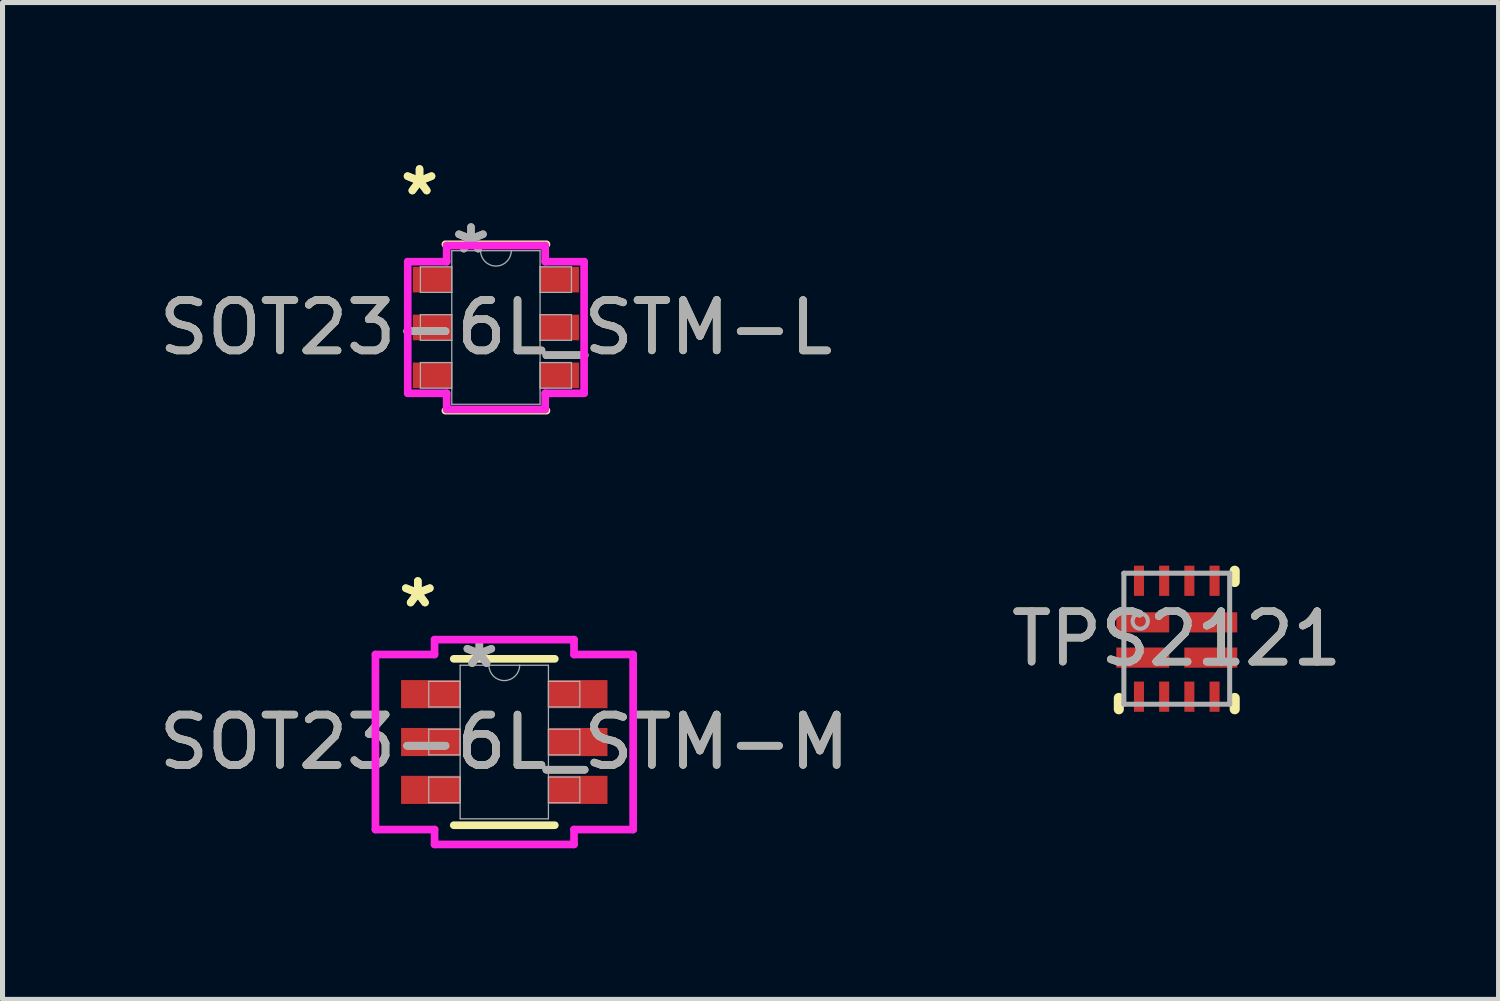
<source format=kicad_pcb>
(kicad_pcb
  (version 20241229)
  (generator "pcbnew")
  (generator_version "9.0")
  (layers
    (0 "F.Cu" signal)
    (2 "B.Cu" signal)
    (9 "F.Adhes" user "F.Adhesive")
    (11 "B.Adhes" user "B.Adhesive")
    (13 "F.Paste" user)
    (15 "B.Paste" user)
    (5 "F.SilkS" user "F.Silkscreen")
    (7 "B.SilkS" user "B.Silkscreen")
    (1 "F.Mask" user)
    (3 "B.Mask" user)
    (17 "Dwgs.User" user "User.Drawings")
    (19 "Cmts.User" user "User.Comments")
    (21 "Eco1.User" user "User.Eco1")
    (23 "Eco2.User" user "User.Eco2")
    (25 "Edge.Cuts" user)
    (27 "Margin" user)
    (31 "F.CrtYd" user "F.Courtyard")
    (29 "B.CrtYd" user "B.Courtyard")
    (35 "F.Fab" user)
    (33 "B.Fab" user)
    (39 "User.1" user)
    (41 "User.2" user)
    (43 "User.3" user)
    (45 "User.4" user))
  (footprint "SOT23-6L_STM-M"
    (layer "F.Cu")
    (at 6.958 11.676)
    (property "Reference" "SOT23-6L_STM-M" (at 0 0 0) (unlocked yes) (layer "F.SilkS") (effects (font (size 1 1) (thickness 0.15))))
    (attr smd)
    (fp_line (start -1.003 1.651) (end 1.003 1.651) (stroke (width 0.152) (type solid)) (layer "F.SilkS"))
    (fp_line (start 1.003 -1.651) (end -1.003 -1.651) (stroke (width 0.152) (type solid)) (layer "F.SilkS"))
    (fp_line (start -2.557 -1.737) (end -1.384 -1.737) (stroke (width 0.152) (type solid)) (layer "F.CrtYd"))
    (fp_line (start -2.557 1.737) (end -2.557 -1.737) (stroke (width 0.152) (type solid)) (layer "F.CrtYd"))
    (fp_line (start -2.557 1.737) (end -1.384 1.737) (stroke (width 0.152) (type solid)) (layer "F.CrtYd"))
    (fp_line (start -1.384 -2.032) (end 1.384 -2.032) (stroke (width 0.152) (type solid)) (layer "F.CrtYd"))
    (fp_line (start -1.384 -1.737) (end -1.384 -2.032) (stroke (width 0.152) (type solid)) (layer "F.CrtYd"))
    (fp_line (start -1.384 2.032) (end -1.384 1.737) (stroke (width 0.152) (type solid)) (layer "F.CrtYd"))
    (fp_line (start 1.384 -2.032) (end 1.384 -1.737) (stroke (width 0.152) (type solid)) (layer "F.CrtYd"))
    (fp_line (start 1.384 1.737) (end 1.384 2.032) (stroke (width 0.152) (type solid)) (layer "F.CrtYd"))
    (fp_line (start 1.384 2.032) (end -1.384 2.032) (stroke (width 0.152) (type solid)) (layer "F.CrtYd"))
    (fp_line (start 2.557 -1.737) (end 1.384 -1.737) (stroke (width 0.152) (type solid)) (layer "F.CrtYd"))
    (fp_line (start 2.557 -1.737) (end 2.557 1.737) (stroke (width 0.152) (type solid)) (layer "F.CrtYd"))
    (fp_line (start 2.557 1.737) (end 1.384 1.737) (stroke (width 0.152) (type solid)) (layer "F.CrtYd"))
    (fp_line (start -1.499 -1.204) (end -1.499 -0.696) (stroke (width 0.025) (type solid)) (layer "F.Fab"))
    (fp_line (start -1.499 -0.696) (end -0.876 -0.696) (stroke (width 0.025) (type solid)) (layer "F.Fab"))
    (fp_line (start -1.499 -0.254) (end -1.499 0.254) (stroke (width 0.025) (type solid)) (layer "F.Fab"))
    (fp_line (start -1.499 0.254) (end -0.876 0.254) (stroke (width 0.025) (type solid)) (layer "F.Fab"))
    (fp_line (start -1.499 0.696) (end -1.499 1.204) (stroke (width 0.025) (type solid)) (layer "F.Fab"))
    (fp_line (start -1.499 1.204) (end -0.876 1.204) (stroke (width 0.025) (type solid)) (layer "F.Fab"))
    (fp_line (start -0.876 -1.524) (end -0.876 1.524) (stroke (width 0.025) (type solid)) (layer "F.Fab"))
    (fp_line (start -0.876 -1.204) (end -1.499 -1.204) (stroke (width 0.025) (type solid)) (layer "F.Fab"))
    (fp_line (start -0.876 -0.696) (end -0.876 -1.204) (stroke (width 0.025) (type solid)) (layer "F.Fab"))
    (fp_line (start -0.876 -0.254) (end -1.499 -0.254) (stroke (width 0.025) (type solid)) (layer "F.Fab"))
    (fp_line (start -0.876 0.254) (end -0.876 -0.254) (stroke (width 0.025) (type solid)) (layer "F.Fab"))
    (fp_line (start -0.876 0.696) (end -1.499 0.696) (stroke (width 0.025) (type solid)) (layer "F.Fab"))
    (fp_line (start -0.876 1.204) (end -0.876 0.696) (stroke (width 0.025) (type solid)) (layer "F.Fab"))
    (fp_line (start -0.876 1.524) (end 0.876 1.524) (stroke (width 0.025) (type solid)) (layer "F.Fab"))
    (fp_line (start 0.876 -1.524) (end -0.876 -1.524) (stroke (width 0.025) (type solid)) (layer "F.Fab"))
    (fp_line (start 0.876 -1.204) (end 0.876 -0.696) (stroke (width 0.025) (type solid)) (layer "F.Fab"))
    (fp_line (start 0.876 -0.696) (end 1.499 -0.696) (stroke (width 0.025) (type solid)) (layer "F.Fab"))
    (fp_line (start 0.876 -0.254) (end 0.876 0.254) (stroke (width 0.025) (type solid)) (layer "F.Fab"))
    (fp_line (start 0.876 0.254) (end 1.499 0.254) (stroke (width 0.025) (type solid)) (layer "F.Fab"))
    (fp_line (start 0.876 0.696) (end 0.876 1.204) (stroke (width 0.025) (type solid)) (layer "F.Fab"))
    (fp_line (start 0.876 1.204) (end 1.499 1.204) (stroke (width 0.025) (type solid)) (layer "F.Fab"))
    (fp_line (start 0.876 1.524) (end 0.876 -1.524) (stroke (width 0.025) (type solid)) (layer "F.Fab"))
    (fp_line (start 1.499 -1.204) (end 0.876 -1.204) (stroke (width 0.025) (type solid)) (layer "F.Fab"))
    (fp_line (start 1.499 -0.696) (end 1.499 -1.204) (stroke (width 0.025) (type solid)) (layer "F.Fab"))
    (fp_line (start 1.499 -0.254) (end 0.876 -0.254) (stroke (width 0.025) (type solid)) (layer "F.Fab"))
    (fp_line (start 1.499 0.254) (end 1.499 -0.254) (stroke (width 0.025) (type solid)) (layer "F.Fab"))
    (fp_line (start 1.499 0.696) (end 0.876 0.696) (stroke (width 0.025) (type solid)) (layer "F.Fab"))
    (fp_line (start 1.499 1.204) (end 1.499 0.696) (stroke (width 0.025) (type solid)) (layer "F.Fab"))
    (fp_arc (start 0.3048 -1.524) (mid 0 -1.2192) (end -0.3048 -1.524) (stroke (width 0.0254) (type solid)) (layer "F.Fab"))
    (fp_text user "*" (at -1.716 -2.651 0) (layer "F.SilkS") (effects (font (size 1 1) (thickness 0.15))))
    (fp_text user "*" (at -1.716 -2.651 0) (unlocked yes) (layer "F.SilkS") (effects (font (size 1 1) (thickness 0.15))))
    (fp_text user "${REFERENCE}" (at 0 0 0) (unlocked yes) (layer "F.Fab") (effects (font (size 1 1) (thickness 0.15))))
    (fp_text user "*" (at -0.495 -1.448 0) (unlocked yes) (layer "F.Fab") (effects (font (size 1 1) (thickness 0.15))))
    (fp_text user "*" (at -0.495 -1.448 0) (layer "F.Fab") (effects (font (size 1 1) (thickness 0.15))))
    (pad "1" smd rect (at -1.462 -0.95) (size 1.172 0.558) (layers "F.Cu" "F.Mask" "F.Paste"))
    (pad "2" smd rect (at -1.462 0) (size 1.172 0.558) (layers "F.Cu" "F.Mask" "F.Paste"))
    (pad "3" smd rect (at -1.462 0.95) (size 1.172 0.558) (layers "F.Cu" "F.Mask" "F.Paste"))
    (pad "4" smd rect (at 1.462 0.95) (size 1.172 0.558) (layers "F.Cu" "F.Mask" "F.Paste"))
    (pad "5" smd rect (at 1.462 0) (size 1.172 0.558) (layers "F.Cu" "F.Mask" "F.Paste"))
    (pad "6" smd rect (at 1.462 -0.95) (size 1.172 0.558) (layers "F.Cu" "F.Mask" "F.Paste")))
  (footprint "TPS2121"
    (layer "F.Cu")
    (at 20.304 9.626)
    (property "Reference" "TPS2121" (at 0 0 0) (unlocked yes) (layer "F.SilkS") (effects (font (size 1 1) (thickness 0.15))))
    (attr smd)
    (fp_line (start -1.15 1.4) (end -1.15 1.175) (stroke (width 0.2) (type solid)) (layer "F.SilkS"))
    (fp_line (start 1.15 -1.125) (end 1.15 -1.35) (stroke (width 0.2) (type solid)) (layer "F.SilkS"))
    (fp_line (start 1.15 1.4) (end 1.15 1.175) (stroke (width 0.2) (type solid)) (layer "F.SilkS"))
    (fp_line (start -1.05 -1.3) (end 1.05 -1.3) (stroke (width 0.1) (type solid)) (layer "F.Fab"))
    (fp_line (start -1.05 1.3) (end -1.05 -1.3) (stroke (width 0.1) (type solid)) (layer "F.Fab"))
    (fp_line (start -1.05 1.3) (end 1.05 1.3) (stroke (width 0.1) (type solid)) (layer "F.Fab"))
    (fp_line (start 1.05 1.3) (end 1.05 -1.3) (stroke (width 0.1) (type solid)) (layer "F.Fab"))
    (fp_circle (center -0.725 -0.35) (end -0.573 -0.35) (stroke (width 0.08) (type solid)) (fill no) (layer "F.Fab"))
    (fp_text user "${REFERENCE}" (at 0 0 0) (unlocked yes) (layer "F.Fab") (effects (font (size 1 1) (thickness 0.15))))
    (pad "1" smd rect (at -0.675 -0.325) (size 1.05 0.4) (layers "F.Cu" "F.Mask" "F.Paste"))
    (pad "2" smd rect (at -0.675 0.375) (size 1.05 0.4) (layers "F.Cu" "F.Mask" "F.Paste"))
    (pad "3" smd rect (at -0.75 1.15 90) (size 0.6 0.2) (layers "F.Cu" "F.Mask" "F.Paste"))
    (pad "4" smd rect (at -0.25 1.15 90) (size 0.6 0.2) (layers "F.Cu" "F.Mask" "F.Paste"))
    (pad "5" smd rect (at 0.25 1.15 90) (size 0.6 0.2) (layers "F.Cu" "F.Mask" "F.Paste"))
    (pad "6" smd rect (at 0.75 1.15 90) (size 0.6 0.2) (layers "F.Cu" "F.Mask" "F.Paste"))
    (pad "7" smd rect (at 0.675 0.375) (size 1.05 0.4) (layers "F.Cu" "F.Mask" "F.Paste"))
    (pad "8" smd rect (at 0.675 -0.325) (size 1.05 0.4) (layers "F.Cu" "F.Mask" "F.Paste"))
    (pad "9" smd rect (at 0.75 -1.15 90) (size 0.6 0.2) (layers "F.Cu" "F.Mask" "F.Paste"))
    (pad "10" smd rect (at 0.25 -1.15 90) (size 0.6 0.2) (layers "F.Cu" "F.Mask" "F.Paste"))
    (pad "11" smd rect (at -0.25 -1.15 90) (size 0.6 0.2) (layers "F.Cu" "F.Mask" "F.Paste"))
    (pad "12" smd rect (at -0.75 -1.15 90) (size 0.6 0.2) (layers "F.Cu" "F.Mask" "F.Paste")))
  (footprint "SOT23-6L_STM-L"
    (layer "F.Cu")
    (at 6.792 3.449)
    (property "Reference" "SOT23-6L_STM-L" (at 0 0 0) (unlocked yes) (layer "F.SilkS") (effects (font (size 1 1) (thickness 0.15))))
    (attr smd)
    (fp_line (start -1.003 1.651) (end 1.003 1.651) (stroke (width 0.152) (type solid)) (layer "F.SilkS"))
    (fp_line (start 1.003 -1.651) (end -1.003 -1.651) (stroke (width 0.152) (type solid)) (layer "F.SilkS"))
    (fp_line (start -1.75 -1.306) (end -0.978 -1.306) (stroke (width 0.152) (type solid)) (layer "F.CrtYd"))
    (fp_line (start -1.75 1.306) (end -1.75 -1.306) (stroke (width 0.152) (type solid)) (layer "F.CrtYd"))
    (fp_line (start -1.75 1.306) (end -0.978 1.306) (stroke (width 0.152) (type solid)) (layer "F.CrtYd"))
    (fp_line (start -0.978 -1.626) (end 0.978 -1.626) (stroke (width 0.152) (type solid)) (layer "F.CrtYd"))
    (fp_line (start -0.978 -1.306) (end -0.978 -1.626) (stroke (width 0.152) (type solid)) (layer "F.CrtYd"))
    (fp_line (start -0.978 1.626) (end -0.978 1.306) (stroke (width 0.152) (type solid)) (layer "F.CrtYd"))
    (fp_line (start 0.978 -1.626) (end 0.978 -1.306) (stroke (width 0.152) (type solid)) (layer "F.CrtYd"))
    (fp_line (start 0.978 1.306) (end 0.978 1.626) (stroke (width 0.152) (type solid)) (layer "F.CrtYd"))
    (fp_line (start 0.978 1.626) (end -0.978 1.626) (stroke (width 0.152) (type solid)) (layer "F.CrtYd"))
    (fp_line (start 1.75 -1.306) (end 0.978 -1.306) (stroke (width 0.152) (type solid)) (layer "F.CrtYd"))
    (fp_line (start 1.75 -1.306) (end 1.75 1.306) (stroke (width 0.152) (type solid)) (layer "F.CrtYd"))
    (fp_line (start 1.75 1.306) (end 0.978 1.306) (stroke (width 0.152) (type solid)) (layer "F.CrtYd"))
    (fp_line (start -1.499 -1.204) (end -1.499 -0.696) (stroke (width 0.025) (type solid)) (layer "F.Fab"))
    (fp_line (start -1.499 -0.696) (end -0.876 -0.696) (stroke (width 0.025) (type solid)) (layer "F.Fab"))
    (fp_line (start -1.499 -0.254) (end -1.499 0.254) (stroke (width 0.025) (type solid)) (layer "F.Fab"))
    (fp_line (start -1.499 0.254) (end -0.876 0.254) (stroke (width 0.025) (type solid)) (layer "F.Fab"))
    (fp_line (start -1.499 0.696) (end -1.499 1.204) (stroke (width 0.025) (type solid)) (layer "F.Fab"))
    (fp_line (start -1.499 1.204) (end -0.876 1.204) (stroke (width 0.025) (type solid)) (layer "F.Fab"))
    (fp_line (start -0.876 -1.524) (end -0.876 1.524) (stroke (width 0.025) (type solid)) (layer "F.Fab"))
    (fp_line (start -0.876 -1.204) (end -1.499 -1.204) (stroke (width 0.025) (type solid)) (layer "F.Fab"))
    (fp_line (start -0.876 -0.696) (end -0.876 -1.204) (stroke (width 0.025) (type solid)) (layer "F.Fab"))
    (fp_line (start -0.876 -0.254) (end -1.499 -0.254) (stroke (width 0.025) (type solid)) (layer "F.Fab"))
    (fp_line (start -0.876 0.254) (end -0.876 -0.254) (stroke (width 0.025) (type solid)) (layer "F.Fab"))
    (fp_line (start -0.876 0.696) (end -1.499 0.696) (stroke (width 0.025) (type solid)) (layer "F.Fab"))
    (fp_line (start -0.876 1.204) (end -0.876 0.696) (stroke (width 0.025) (type solid)) (layer "F.Fab"))
    (fp_line (start -0.876 1.524) (end 0.876 1.524) (stroke (width 0.025) (type solid)) (layer "F.Fab"))
    (fp_line (start 0.876 -1.524) (end -0.876 -1.524) (stroke (width 0.025) (type solid)) (layer "F.Fab"))
    (fp_line (start 0.876 -1.204) (end 0.876 -0.696) (stroke (width 0.025) (type solid)) (layer "F.Fab"))
    (fp_line (start 0.876 -0.696) (end 1.499 -0.696) (stroke (width 0.025) (type solid)) (layer "F.Fab"))
    (fp_line (start 0.876 -0.254) (end 0.876 0.254) (stroke (width 0.025) (type solid)) (layer "F.Fab"))
    (fp_line (start 0.876 0.254) (end 1.499 0.254) (stroke (width 0.025) (type solid)) (layer "F.Fab"))
    (fp_line (start 0.876 0.696) (end 0.876 1.204) (stroke (width 0.025) (type solid)) (layer "F.Fab"))
    (fp_line (start 0.876 1.204) (end 1.499 1.204) (stroke (width 0.025) (type solid)) (layer "F.Fab"))
    (fp_line (start 0.876 1.524) (end 0.876 -1.524) (stroke (width 0.025) (type solid)) (layer "F.Fab"))
    (fp_line (start 1.499 -1.204) (end 0.876 -1.204) (stroke (width 0.025) (type solid)) (layer "F.Fab"))
    (fp_line (start 1.499 -0.696) (end 1.499 -1.204) (stroke (width 0.025) (type solid)) (layer "F.Fab"))
    (fp_line (start 1.499 -0.254) (end 0.876 -0.254) (stroke (width 0.025) (type solid)) (layer "F.Fab"))
    (fp_line (start 1.499 0.254) (end 1.499 -0.254) (stroke (width 0.025) (type solid)) (layer "F.Fab"))
    (fp_line (start 1.499 0.696) (end 0.876 0.696) (stroke (width 0.025) (type solid)) (layer "F.Fab"))
    (fp_line (start 1.499 1.204) (end 1.499 0.696) (stroke (width 0.025) (type solid)) (layer "F.Fab"))
    (fp_arc (start 0.3048 -1.524) (mid 0 -1.2192) (end -0.3048 -1.524) (stroke (width 0.0254) (type solid)) (layer "F.Fab"))
    (fp_text user "*" (at -1.516 -2.601 0) (unlocked yes) (layer "F.SilkS") (effects (font (size 1 1) (thickness 0.15))))
    (fp_text user "*" (at -1.516 -2.601 0) (layer "F.SilkS") (effects (font (size 1 1) (thickness 0.15))))
    (fp_text user "*" (at -0.495 -1.448 0) (layer "F.Fab") (effects (font (size 1 1) (thickness 0.15))))
    (fp_text user "*" (at -0.495 -1.448 0) (unlocked yes) (layer "F.Fab") (effects (font (size 1 1) (thickness 0.15))))
    (fp_text user "${REFERENCE}" (at 0 0 0) (unlocked yes) (layer "F.Fab") (effects (font (size 1 1) (thickness 0.15))))
    (pad "1" smd rect (at -1.262 -0.95) (size 0.772 0.508) (layers "F.Cu" "F.Mask" "F.Paste"))
    (pad "2" smd rect (at -1.262 0) (size 0.772 0.508) (layers "F.Cu" "F.Mask" "F.Paste"))
    (pad "3" smd rect (at -1.262 0.95) (size 0.772 0.508) (layers "F.Cu" "F.Mask" "F.Paste"))
    (pad "4" smd rect (at 1.262 0.95) (size 0.772 0.508) (layers "F.Cu" "F.Mask" "F.Paste"))
    (pad "5" smd rect (at 1.262 0) (size 0.772 0.508) (layers "F.Cu" "F.Mask" "F.Paste"))
    (pad "6" smd rect (at 1.262 -0.95) (size 0.772 0.508) (layers "F.Cu" "F.Mask" "F.Paste")))
  (gr_rect
    (start -3 -3)
    (end 26.69 16.784)
    (stroke (width 0.1) (type default))
    (fill no)
    (layer "Edge.Cuts")))
</source>
